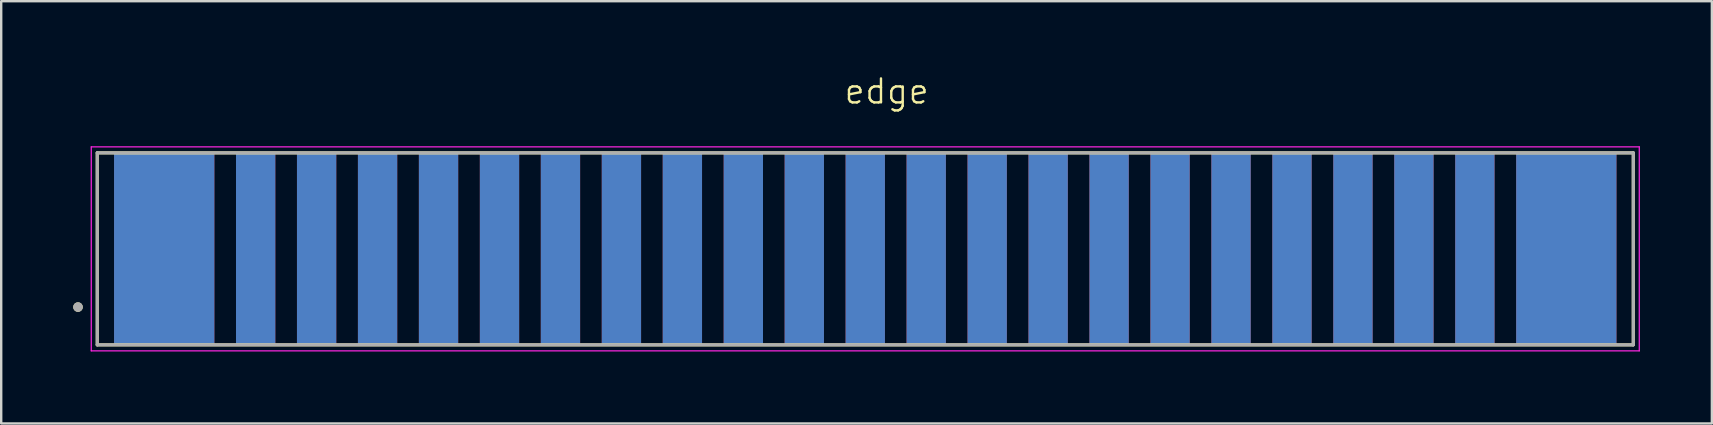
<source format=kicad_pcb>
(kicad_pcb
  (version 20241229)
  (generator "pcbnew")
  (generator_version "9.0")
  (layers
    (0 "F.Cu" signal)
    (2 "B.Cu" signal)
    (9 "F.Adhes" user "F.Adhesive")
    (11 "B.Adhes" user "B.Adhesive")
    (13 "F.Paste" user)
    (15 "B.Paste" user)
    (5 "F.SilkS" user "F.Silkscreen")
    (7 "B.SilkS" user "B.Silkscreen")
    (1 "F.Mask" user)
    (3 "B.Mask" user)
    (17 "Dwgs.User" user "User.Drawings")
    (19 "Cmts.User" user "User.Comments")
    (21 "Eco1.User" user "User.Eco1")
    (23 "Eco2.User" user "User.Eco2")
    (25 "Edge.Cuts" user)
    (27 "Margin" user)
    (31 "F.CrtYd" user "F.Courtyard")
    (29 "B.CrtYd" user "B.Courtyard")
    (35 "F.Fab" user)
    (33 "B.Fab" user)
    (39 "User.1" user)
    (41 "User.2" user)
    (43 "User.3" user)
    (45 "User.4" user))
  (footprint "edge"
    (layer "F.Cu")
    (at 33.002 7.319)
    (property "Reference" "edge" (at 0.893 -6.559 0) (unlocked yes) (layer "F.SilkS") (effects (font (size 1 1) (thickness 0.1))))
    (attr smd)
    (fp_line (start -32 -4) (end 32 -4) (stroke (width 0.127) (type solid)) (layer "F.SilkS"))
    (fp_line (start -32 4) (end -32 -4) (stroke (width 0.127) (type solid)) (layer "F.SilkS"))
    (fp_line (start 32 -4) (end 32 4) (stroke (width 0.127) (type solid)) (layer "F.SilkS"))
    (fp_line (start 32 4) (end -32 4) (stroke (width 0.127) (type solid)) (layer "F.SilkS"))
    (fp_circle (center -32.802 2.426) (end -32.702 2.426) (stroke (width 0.2) (type solid)) (fill no) (layer "F.SilkS"))
    (fp_line (start -32.25 -4.25) (end -32.25 4.25) (stroke (width 0.05) (type solid)) (layer "F.CrtYd"))
    (fp_line (start -32.25 4.25) (end 32.25 4.25) (stroke (width 0.05) (type solid)) (layer "F.CrtYd"))
    (fp_line (start 32.25 -4.25) (end -32.25 -4.25) (stroke (width 0.05) (type solid)) (layer "F.CrtYd"))
    (fp_line (start 32.25 4.25) (end 32.25 -4.25) (stroke (width 0.05) (type solid)) (layer "F.CrtYd"))
    (fp_line (start -32 -4) (end 32 -4) (stroke (width 0.127) (type solid)) (layer "F.Fab"))
    (fp_line (start -32 4) (end -32 -4) (stroke (width 0.127) (type solid)) (layer "F.Fab"))
    (fp_line (start 32 -4) (end 32 4) (stroke (width 0.127) (type solid)) (layer "F.Fab"))
    (fp_line (start 32 4) (end -32 4) (stroke (width 0.127) (type solid)) (layer "F.Fab"))
    (fp_circle (center -32.802 2.426) (end -32.702 2.426) (stroke (width 0.2) (type solid)) (fill no) (layer "F.Fab"))
    (pad "1" connect rect (at -29.21 0) (size 4.179 8) (layers "B.Cu" "B.Mask"))
    (pad "2" connect rect (at -29.21 0) (size 4.178 8) (layers "F.Cu" "F.Mask"))
    (pad "5" connect rect (at -25.4 0) (size 1.638 8) (layers "B.Cu" "B.Mask"))
    (pad "6" connect rect (at -25.4 0) (size 1.638 8) (layers "F.Cu" "F.Mask"))
    (pad "7" connect rect (at -22.86 0) (size 1.638 8) (layers "B.Cu" "B.Mask"))
    (pad "8" connect rect (at -22.86 0) (size 1.638 8) (layers "F.Cu" "F.Mask"))
    (pad "9" connect rect (at -20.32 0) (size 1.638 8) (layers "B.Cu" "B.Mask"))
    (pad "10" connect rect (at -20.32 0) (size 1.638 8) (layers "F.Cu" "F.Mask"))
    (pad "11" connect rect (at -17.78 0) (size 1.638 8) (layers "B.Cu" "B.Mask"))
    (pad "12" connect rect (at -17.78 0) (size 1.638 8) (layers "F.Cu" "F.Mask"))
    (pad "13" connect rect (at -15.24 0) (size 1.638 8) (layers "B.Cu" "B.Mask"))
    (pad "14" connect rect (at -15.24 0) (size 1.638 8) (layers "F.Cu" "F.Mask"))
    (pad "15" connect rect (at -12.7 0) (size 1.638 8) (layers "B.Cu" "B.Mask"))
    (pad "16" connect rect (at -12.7 0) (size 1.638 8) (layers "F.Cu" "F.Mask"))
    (pad "17" connect rect (at -10.16 0) (size 1.638 8) (layers "B.Cu" "B.Mask"))
    (pad "18" connect rect (at -10.16 0) (size 1.638 8) (layers "F.Cu" "F.Mask"))
    (pad "19" connect rect (at -7.62 0) (size 1.638 8) (layers "B.Cu" "B.Mask"))
    (pad "20" connect rect (at -7.62 0) (size 1.638 8) (layers "F.Cu" "F.Mask"))
    (pad "21" connect rect (at -5.08 0) (size 1.638 8) (layers "B.Cu" "B.Mask"))
    (pad "22" connect rect (at -5.08 0) (size 1.638 8) (layers "F.Cu" "F.Mask"))
    (pad "23" connect rect (at -2.54 0) (size 1.638 8) (layers "B.Cu" "B.Mask"))
    (pad "24" connect rect (at -2.54 0) (size 1.638 8) (layers "F.Cu" "F.Mask"))
    (pad "25" connect rect (at 0 0) (size 1.638 8) (layers "B.Cu" "B.Mask"))
    (pad "26" connect rect (at 0 0) (size 1.638 8) (layers "F.Cu" "F.Mask"))
    (pad "27" connect rect (at 2.54 0) (size 1.638 8) (layers "B.Cu" "B.Mask"))
    (pad "28" connect rect (at 2.54 0) (size 1.638 8) (layers "F.Cu" "F.Mask"))
    (pad "29" connect rect (at 5.08 0) (size 1.638 8) (layers "B.Cu" "B.Mask"))
    (pad "30" connect rect (at 5.08 0) (size 1.638 8) (layers "F.Cu" "F.Mask"))
    (pad "31" connect rect (at 7.62 0) (size 1.638 8) (layers "B.Cu" "B.Mask"))
    (pad "32" connect rect (at 7.62 0) (size 1.638 8) (layers "F.Cu" "F.Mask"))
    (pad "33" connect rect (at 10.16 0) (size 1.638 8) (layers "B.Cu" "B.Mask"))
    (pad "34" connect rect (at 10.16 0) (size 1.638 8) (layers "F.Cu" "F.Mask"))
    (pad "35" connect rect (at 12.7 0) (size 1.638 8) (layers "B.Cu" "B.Mask"))
    (pad "36" connect rect (at 12.7 0) (size 1.638 8) (layers "F.Cu" "F.Mask"))
    (pad "37" connect rect (at 15.24 0) (size 1.638 8) (layers "B.Cu" "B.Mask"))
    (pad "38" connect rect (at 15.24 0) (size 1.638 8) (layers "F.Cu" "F.Mask"))
    (pad "39" connect rect (at 17.78 0) (size 1.638 8) (layers "B.Cu" "B.Mask"))
    (pad "40" connect rect (at 17.78 0) (size 1.638 8) (layers "F.Cu" "F.Mask"))
    (pad "41" connect rect (at 20.32 0) (size 1.638 8) (layers "B.Cu" "B.Mask"))
    (pad "42" connect rect (at 20.32 0) (size 1.638 8) (layers "F.Cu" "F.Mask"))
    (pad "43" connect rect (at 22.86 0) (size 1.638 8) (layers "B.Cu" "B.Mask"))
    (pad "44" connect rect (at 22.86 0) (size 1.638 8) (layers "F.Cu" "F.Mask"))
    (pad "45" connect rect (at 25.4 0) (size 1.638 8) (layers "B.Cu" "B.Mask"))
    (pad "46" connect rect (at 25.4 0) (size 1.638 8) (layers "F.Cu" "F.Mask"))
    (pad "49" connect rect (at 29.21 0) (size 4.178 8) (layers "B.Cu" "B.Mask"))
    (pad "50" connect rect (at 29.21 0) (size 4.178 8) (layers "F.Cu" "F.Mask")))
  (gr_rect
    (start -3 -3)
    (end 68.277 14.594)
    (stroke (width 0.1) (type default))
    (fill no)
    (layer "Edge.Cuts")))
</source>
